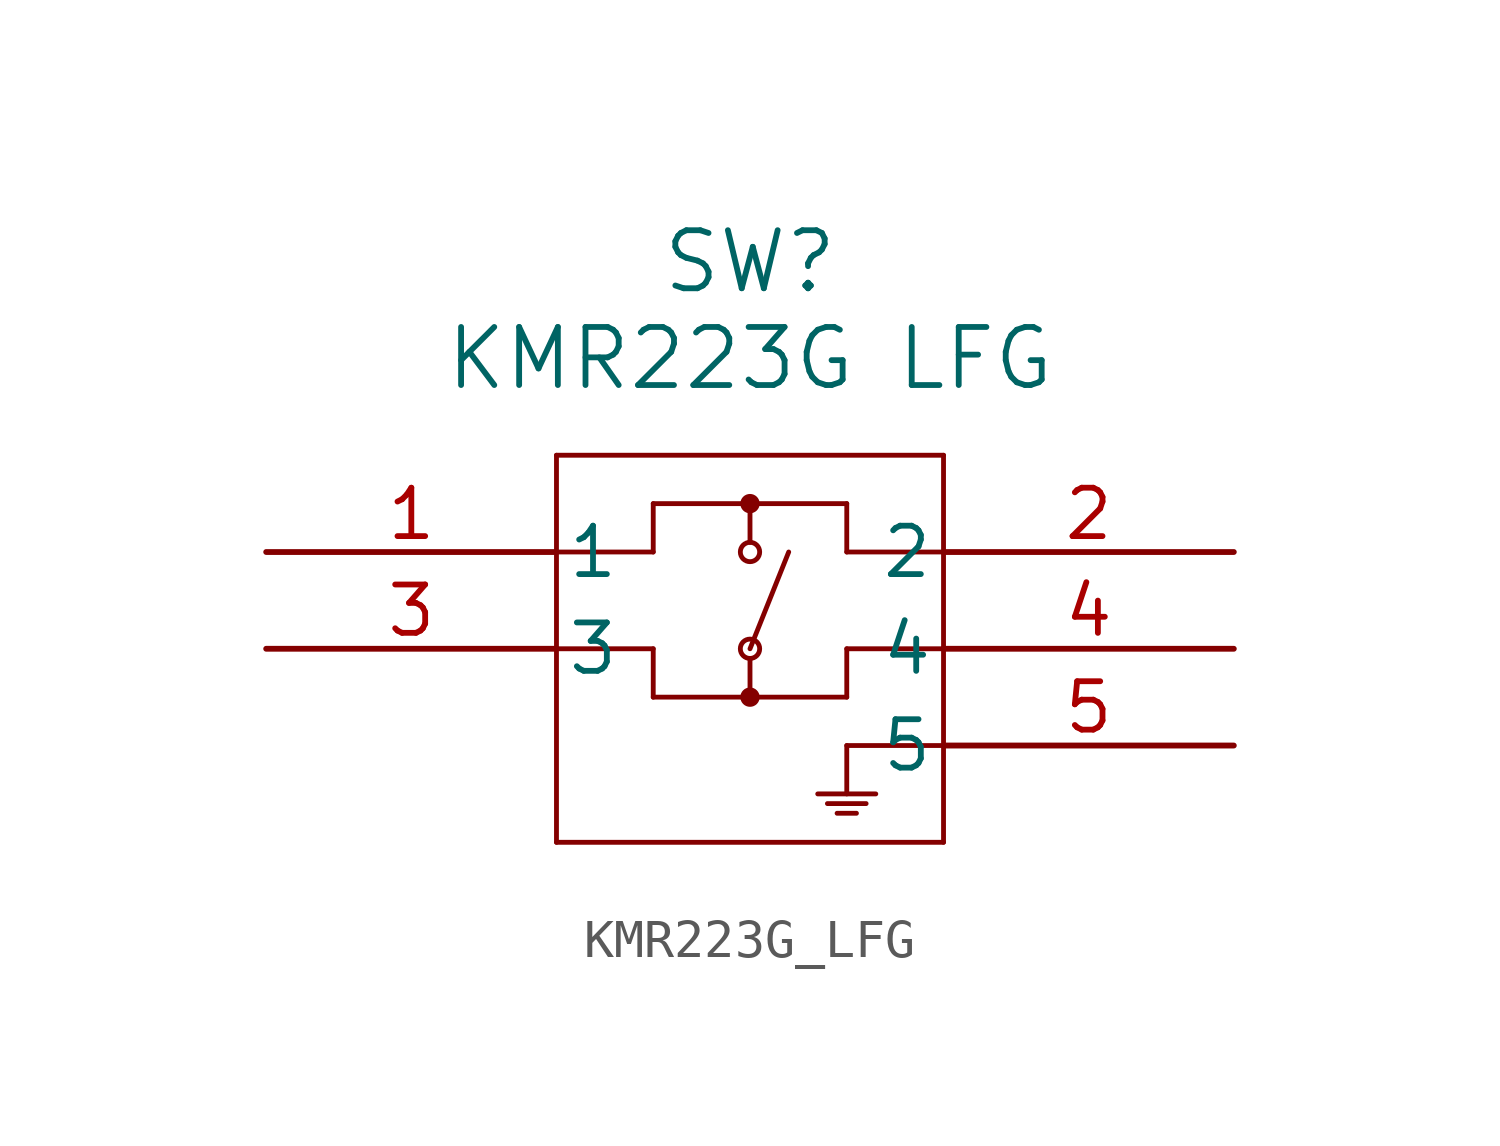
<source format=kicad_sym>
(kicad_symbol_lib
  (version 20211014)
  (generator kicad_symbol_editor)
  (symbol "KMR223G_LFG"
    (pin_names
      (offset 0.254))
    (property "Reference" "SW"
      (at 12.7 7.62 0)
      (effects (font (size 1.524 1.524))))
    (property "Value" "KMR223G LFG"
      (at 12.7 5.08 0)
      (effects (font (size 1.524 1.524))))
    (symbol "KMR223G_LFG_0_1"
      (polyline (pts (xy 7.62 2.54) (xy 7.62 -7.62)) (stroke (width 0.127) (type default) (color 0 0 0 0)) (fill (type none)))
      (polyline (pts (xy 7.62 -7.62) (xy 17.78 -7.62)) (stroke (width 0.127) (type default) (color 0 0 0 0)) (fill (type none)))
      (polyline (pts (xy 17.78 2.54) (xy 7.62 2.54)) (stroke (width 0.127) (type default) (color 0 0 0 0)) (fill (type none)))
      (polyline (pts (xy 7.62 0) (xy 10.16 0)) (stroke (width 0.127) (type default) (color 0 0 0 0)) (fill (type none)))
      (polyline (pts (xy 10.16 0) (xy 10.16 1.27)) (stroke (width 0.127) (type default) (color 0 0 0 0)) (fill (type none)))
      (polyline (pts (xy 10.16 1.27) (xy 15.24 1.27)) (stroke (width 0.127) (type default) (color 0 0 0 0)) (fill (type none)))
      (polyline (pts (xy 17.78 -7.62) (xy 17.78 2.54)) (stroke (width 0.127) (type default) (color 0 0 0 0)) (fill (type none)))
      (polyline (pts (xy 15.24 1.27) (xy 15.24 0)) (stroke (width 0.127) (type default) (color 0 0 0 0)) (fill (type none)))
      (polyline (pts (xy 15.24 0) (xy 17.78 0)) (stroke (width 0.127) (type default) (color 0 0 0 0)) (fill (type none)))
      (polyline (pts (xy 17.78 -2.54) (xy 15.24 -2.54)) (stroke (width 0.127) (type default) (color 0 0 0 0)) (fill (type none)))
      (polyline (pts (xy 15.24 -3.81) (xy 10.16 -3.81)) (stroke (width 0.127) (type default) (color 0 0 0 0)) (fill (type none)))
      (polyline (pts (xy 10.16 -3.81) (xy 10.16 -2.54)) (stroke (width 0.127) (type default) (color 0 0 0 0)) (fill (type none)))
      (polyline (pts (xy 10.16 -2.54) (xy 7.62 -2.54)) (stroke (width 0.127) (type default) (color 0 0 0 0)) (fill (type none)))
      (polyline (pts (xy 12.7 1.27) (xy 12.7 0.254)) (stroke (width 0.127) (type default) (color 0 0 0 0)) (fill (type none)))
      (polyline (pts (xy 12.7 -2.794) (xy 12.7 -3.81)) (stroke (width 0.127) (type default) (color 0 0 0 0)) (fill (type none)))
      (circle (center 12.7 0) (radius 0.254) (stroke (width 0.127) (type default) (color 0 0 0 0)) (fill (type none)))
      (circle (center 12.7 -2.54) (radius 0.254) (stroke (width 0.127) (type default) (color 0 0 0 0)) (fill (type none)))
      (polyline (pts (xy 13.716 0) (xy 12.7 -2.54)) (stroke (width 0.127) (type default) (color 0 0 0 0)) (fill (type none)))
      (polyline (pts (xy 15.24 -2.54) (xy 15.24 -3.81)) (stroke (width 0.127) (type default) (color 0 0 0 0)) (fill (type none)))
      (polyline (pts (xy 17.78 -5.08) (xy 15.24 -5.08)) (stroke (width 0.127) (type default) (color 0 0 0 0)) (fill (type none)))
      (polyline (pts (xy 15.24 -5.08) (xy 15.24 -6.35)) (stroke (width 0.127) (type default) (color 0 0 0 0)) (fill (type none)))
      (polyline (pts (xy 14.986 -6.858) (xy 15.494 -6.858)) (stroke (width 0.127) (type default) (color 0 0 0 0)) (fill (type none)))
      (polyline (pts (xy 15.748 -6.604) (xy 14.732 -6.604)) (stroke (width 0.127) (type default) (color 0 0 0 0)) (fill (type none)))
      (polyline (pts (xy 14.478 -6.35) (xy 16.002 -6.35)) (stroke (width 0.127) (type default) (color 0 0 0 0)) (fill (type none)))
      (circle (center 12.7 -3.81) (radius 0.127) (stroke (width 0.254) (type default) (color 0 0 0 0)) (fill (type none)))
      (circle (center 12.7 1.27) (radius 0.127) (stroke (width 0.254) (type default) (color 0 0 0 0)) (fill (type none)))
      (pin unspecified line (at 0 0 0) (length 7.62) (name "1" (effects (font (size 1.27 1.27)))) (number "1" (effects (font (size 1.27 1.27)))))
      (pin unspecified line (at 25.4 0 180) (length 7.62) (name "2" (effects (font (size 1.27 1.27)))) (number "2" (effects (font (size 1.27 1.27)))))
      (pin unspecified line (at 0 -2.54 0) (length 7.62) (name "3" (effects (font (size 1.27 1.27)))) (number "3" (effects (font (size 1.27 1.27)))))
      (pin unspecified line (at 25.4 -2.54 180) (length 7.62) (name "4" (effects (font (size 1.27 1.27)))) (number "4" (effects (font (size 1.27 1.27)))))
      (pin unspecified line (at 25.4 -5.08 180) (length 7.62) (name "5" (effects (font (size 1.27 1.27)))) (number "5" (effects (font (size 1.27 1.27))))))))
</source>
